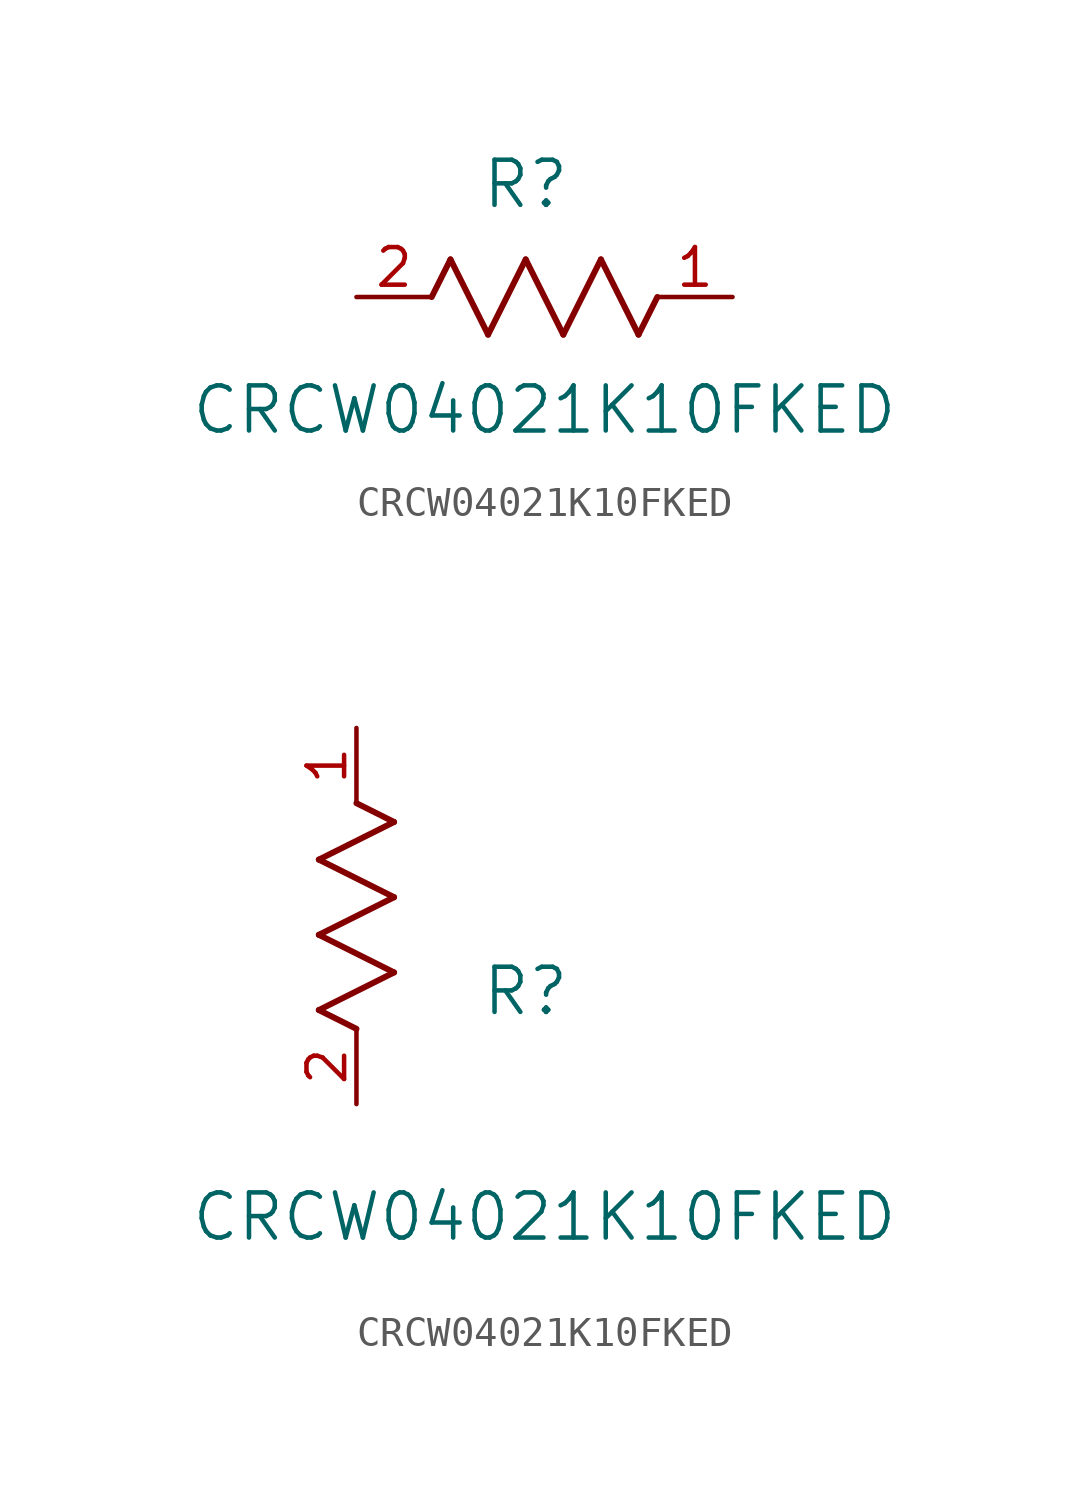
<source format=kicad_sym>
(kicad_symbol_lib
  (version 20211014)
  (generator kicad_symbol_editor)
  (symbol "CRCW04021K10FKED"
    (pin_names
      (offset 0.254))
    (property "Reference" "R"
      (at 5.715 3.81 0)
      (effects (font (size 1.524 1.524))))
    (property "Value" "CRCW04021K10FKED"
      (at 6.35 -3.81 0)
      (effects (font (size 1.524 1.524))))
    (symbol "CRCW04021K10FKED_1_1"
      (polyline (pts (xy 3.175 1.27) (xy 4.445 -1.27)) (stroke (width 0.203) (type default) (color 0 0 0 0)) (fill (type none)))
      (polyline (pts (xy 4.445 -1.27) (xy 5.715 1.27)) (stroke (width 0.203) (type default) (color 0 0 0 0)) (fill (type none)))
      (polyline (pts (xy 5.715 1.27) (xy 6.985 -1.27)) (stroke (width 0.203) (type default) (color 0 0 0 0)) (fill (type none)))
      (polyline (pts (xy 6.985 -1.27) (xy 8.255 1.27)) (stroke (width 0.203) (type default) (color 0 0 0 0)) (fill (type none)))
      (polyline (pts (xy 8.255 1.27) (xy 9.525 -1.27)) (stroke (width 0.203) (type default) (color 0 0 0 0)) (fill (type none)))
      (polyline (pts (xy 2.54 0) (xy 3.175 1.27)) (stroke (width 0.203) (type default) (color 0 0 0 0)) (fill (type none)))
      (polyline (pts (xy 9.525 -1.27) (xy 10.16 0)) (stroke (width 0.203) (type default) (color 0 0 0 0)) (fill (type none)))
      (pin unspecified line (at 0 0 0) (length 2.54) (name "" (effects (font (size 1.27 1.27)))) (number "2" (effects (font (size 1.27 1.27)))))
      (pin unspecified line (at 12.7 0 180) (length 2.54) (name "" (effects (font (size 1.27 1.27)))) (number "1" (effects (font (size 1.27 1.27))))))
    (symbol "CRCW04021K10FKED_1_2"
      (polyline (pts (xy 0 2.54) (xy -1.27 3.175)) (stroke (width 0.203) (type default) (color 0 0 0 0)) (fill (type none)))
      (polyline (pts (xy -1.27 3.175) (xy 1.27 4.445)) (stroke (width 0.203) (type default) (color 0 0 0 0)) (fill (type none)))
      (polyline (pts (xy 1.27 4.445) (xy -1.27 5.715)) (stroke (width 0.203) (type default) (color 0 0 0 0)) (fill (type none)))
      (polyline (pts (xy -1.27 5.715) (xy 1.27 6.985)) (stroke (width 0.203) (type default) (color 0 0 0 0)) (fill (type none)))
      (polyline (pts (xy -1.27 8.255) (xy 1.27 9.525)) (stroke (width 0.203) (type default) (color 0 0 0 0)) (fill (type none)))
      (polyline (pts (xy 1.27 9.525) (xy 0 10.16)) (stroke (width 0.203) (type default) (color 0 0 0 0)) (fill (type none)))
      (polyline (pts (xy 1.27 6.985) (xy -1.27 8.255)) (stroke (width 0.203) (type default) (color 0 0 0 0)) (fill (type none)))
      (pin unspecified line (at 0 0 90) (length 2.54) (name "" (effects (font (size 1.27 1.27)))) (number "2" (effects (font (size 1.27 1.27)))))
      (pin unspecified line (at 0 12.7 270) (length 2.54) (name "" (effects (font (size 1.27 1.27)))) (number "1" (effects (font (size 1.27 1.27))))))))
</source>
